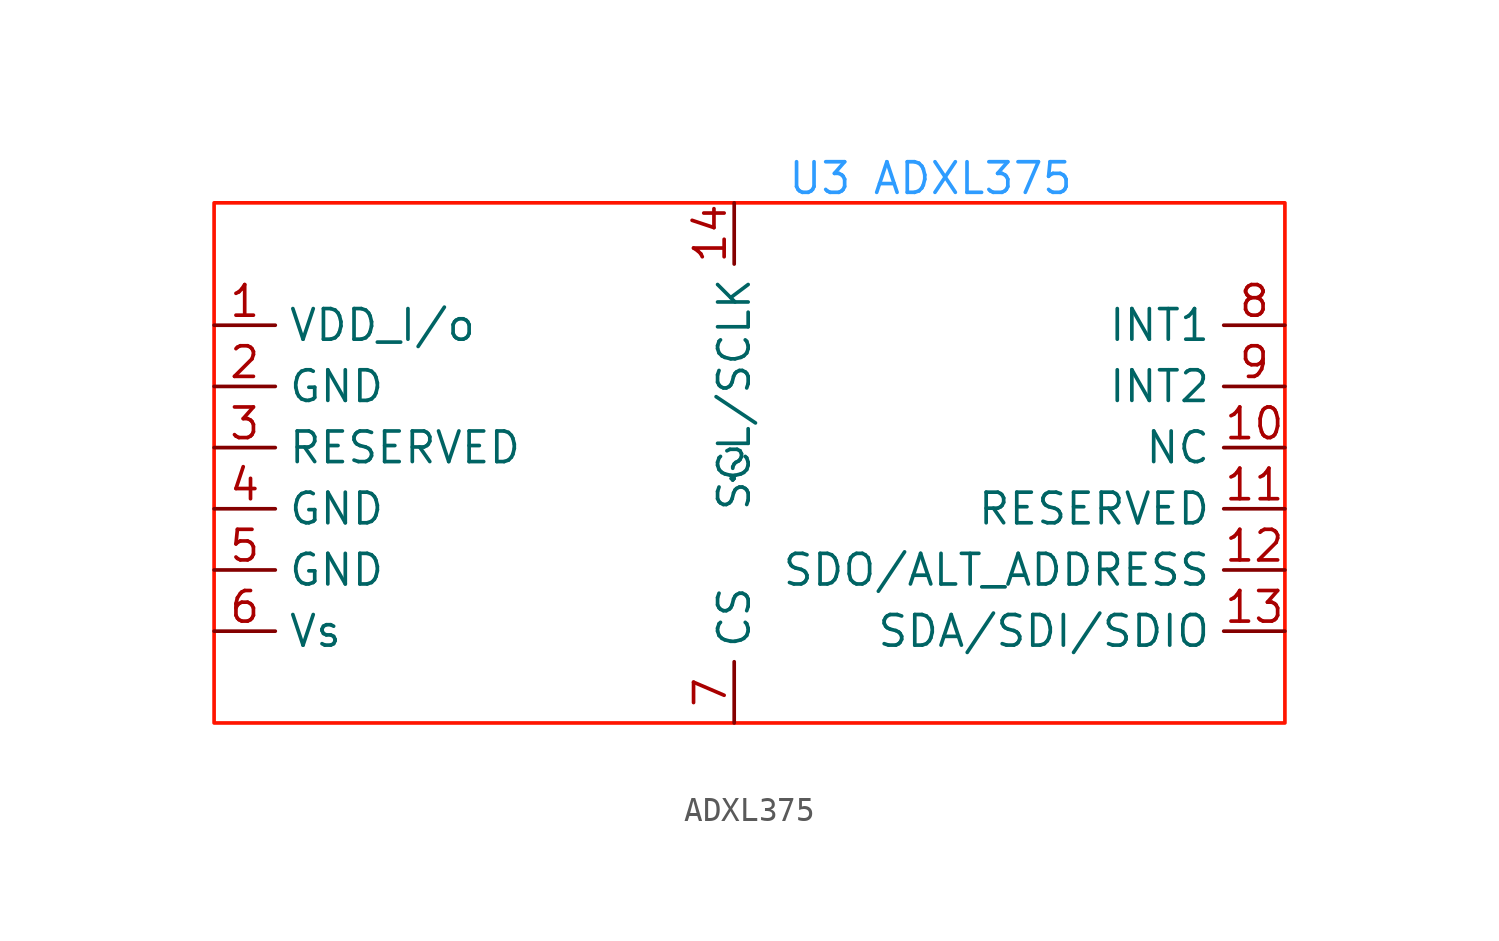
<source format=kicad_sym>
(kicad_symbol_lib
  (version 20241209)
  (generator "kicad_symbol_editor")
  (generator_version "9.0")
  (symbol "ADXL375"
    (property "Reference" ""
      (at 0 -0.762 0)
      (effects (font (size 1.27 1.27))))
    (property "Value" ""
      (at 0 0 0)
      (effects (font (size 1.27 1.27))))
    (symbol "ADXL375_1_1"
      (rectangle (start -21.59 10.16) (end 22.86 -11.43) (stroke (width 0) (type solid) (color 255 20 0 1)) (fill (type none)))
      (text "U3 ADXL375 " (at 8.636 11.176 0) (effects (font (size 1.27 1.27) (color 46 156 255 1))))
      (pin input line (at -21.59 5.08 0) (length 2.54) (name "VDD_I/o" (effects (font (size 1.27 1.27)))) (number "1" (effects (font (size 1.27 1.27)))))
      (pin input line (at -21.59 2.54 0) (length 2.54) (name "GND" (effects (font (size 1.27 1.27)))) (number "2" (effects (font (size 1.27 1.27)))))
      (pin input line (at -21.59 0 0) (length 2.54) (name "RESERVED" (effects (font (size 1.27 1.27)))) (number "3" (effects (font (size 1.27 1.27)))))
      (pin input line (at -21.59 -2.54 0) (length 2.54) (name "GND" (effects (font (size 1.27 1.27)))) (number "4" (effects (font (size 1.27 1.27)))))
      (pin input line (at -21.59 -5.08 0) (length 2.54) (name "GND" (effects (font (size 1.27 1.27)))) (number "5" (effects (font (size 1.27 1.27)))))
      (pin input line (at -21.59 -7.62 0) (length 2.54) (name "Vs" (effects (font (size 1.27 1.27)))) (number "6" (effects (font (size 1.27 1.27)))))
      (pin input line (at 0 10.16 270) (length 2.54) (name "SCL/SCLK" (effects (font (size 1.27 1.27)))) (number "14" (effects (font (size 1.27 1.27)))))
      (pin input line (at 0 -11.43 90) (length 2.54) (name "CS" (effects (font (size 1.27 1.27)))) (number "7" (effects (font (size 1.27 1.27)))))
      (pin output line (at 22.86 5.08 180) (length 2.54) (name "INT1" (effects (font (size 1.27 1.27)))) (number "8" (effects (font (size 1.27 1.27)))))
      (pin output line (at 22.86 2.54 180) (length 2.54) (name "INT2" (effects (font (size 1.27 1.27)))) (number "9" (effects (font (size 1.27 1.27)))))
      (pin input line (at 22.86 0 180) (length 2.54) (name "NC" (effects (font (size 1.27 1.27)))) (number "10" (effects (font (size 1.27 1.27)))))
      (pin input line (at 22.86 -2.54 180) (length 2.54) (name "RESERVED" (effects (font (size 1.27 1.27)))) (number "11" (effects (font (size 1.27 1.27)))))
      (pin input line (at 22.86 -5.08 180) (length 2.54) (name "SDO/ALT_ADDRESS" (effects (font (size 1.27 1.27)))) (number "12" (effects (font (size 1.27 1.27)))))
      (pin input line (at 22.86 -7.62 180) (length 2.54) (name "SDA/SDI/SDIO" (effects (font (size 1.27 1.27)))) (number "13" (effects (font (size 1.27 1.27))))))))
</source>
